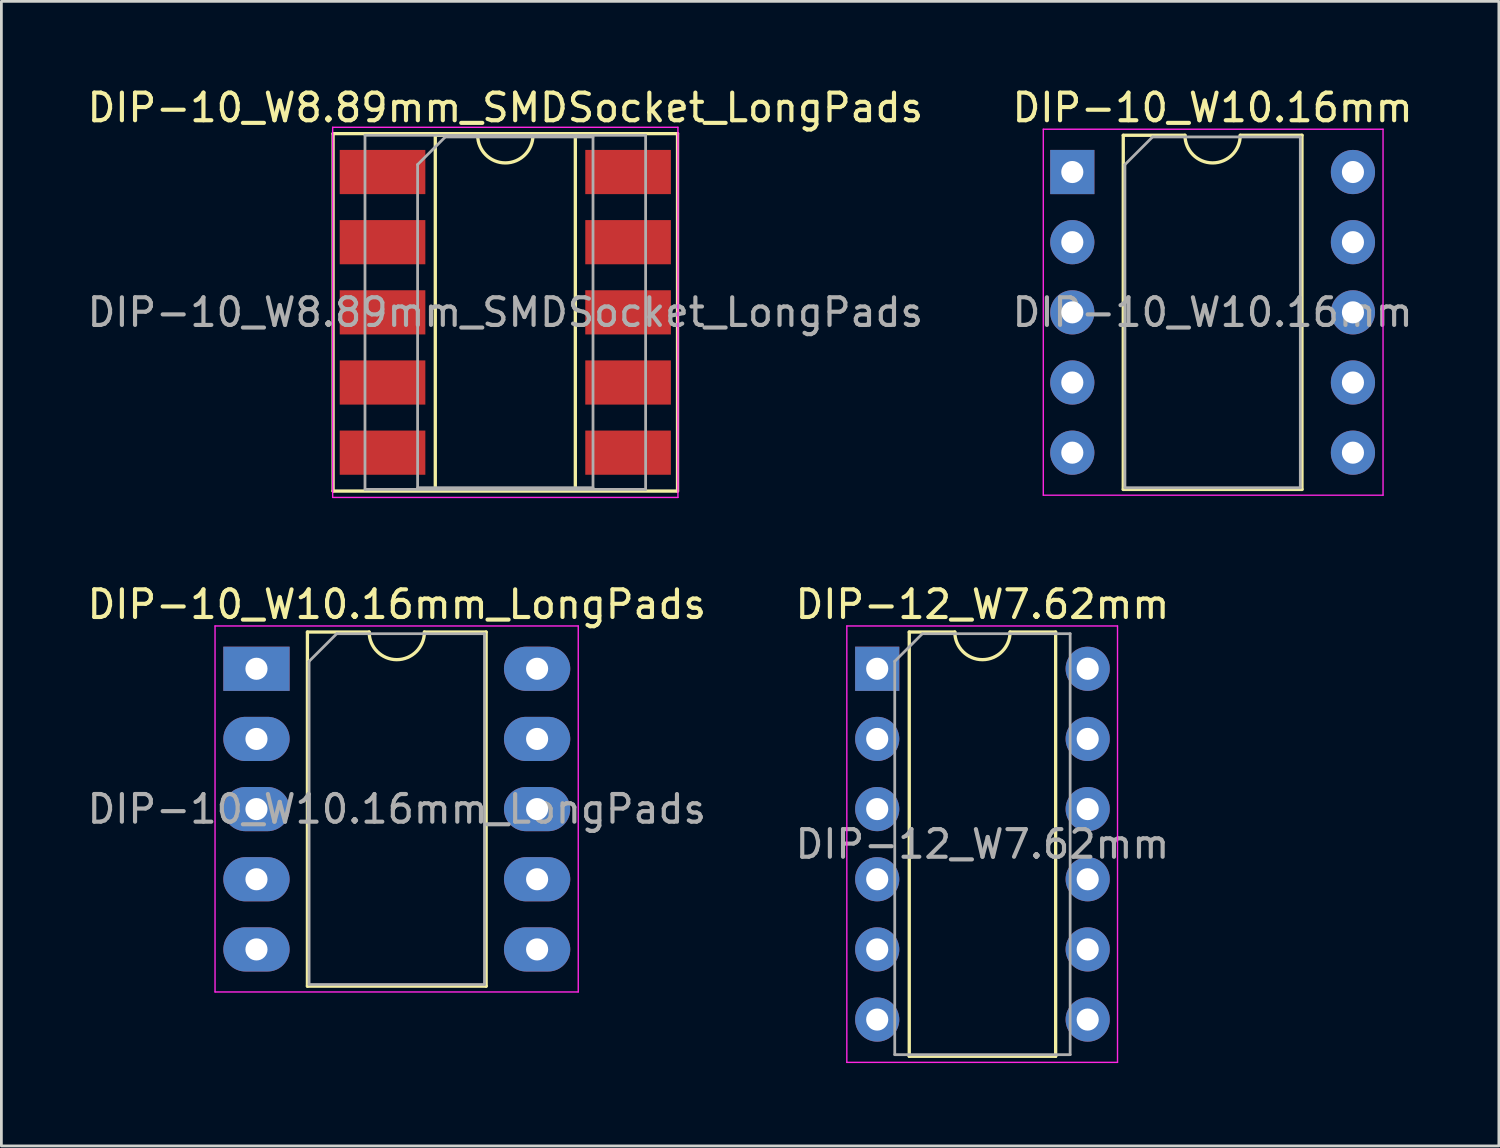
<source format=kicad_pcb>
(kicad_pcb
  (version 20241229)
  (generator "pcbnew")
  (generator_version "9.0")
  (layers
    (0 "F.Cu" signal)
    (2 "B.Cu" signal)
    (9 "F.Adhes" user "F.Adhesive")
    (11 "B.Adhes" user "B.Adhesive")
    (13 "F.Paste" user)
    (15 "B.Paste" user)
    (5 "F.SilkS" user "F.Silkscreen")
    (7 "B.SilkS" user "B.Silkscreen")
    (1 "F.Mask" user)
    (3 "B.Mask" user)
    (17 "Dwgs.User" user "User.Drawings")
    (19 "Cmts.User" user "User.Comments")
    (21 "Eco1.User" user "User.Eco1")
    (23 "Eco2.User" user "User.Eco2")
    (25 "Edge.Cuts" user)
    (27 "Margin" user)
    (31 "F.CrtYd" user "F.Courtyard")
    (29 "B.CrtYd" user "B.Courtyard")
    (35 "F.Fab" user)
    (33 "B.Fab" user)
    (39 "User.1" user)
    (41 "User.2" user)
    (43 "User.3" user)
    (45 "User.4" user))
  (footprint "DIP-10_W10.16mm_LongPads"
    (layer "F.Cu")
    (at 6.235 21.162)
    (property "Reference" "DIP-10_W10.16mm_LongPads" (at 5.08 -2.33 0) (layer "F.SilkS") (effects (font (size 1 1) (thickness 0.15))))
    (attr through_hole)
    (fp_line (start 1.845 -1.33) (end 1.845 11.49) (stroke (width 0.12) (type solid)) (layer "F.SilkS"))
    (fp_line (start 1.845 11.49) (end 8.315 11.49) (stroke (width 0.12) (type solid)) (layer "F.SilkS"))
    (fp_line (start 4.08 -1.33) (end 1.845 -1.33) (stroke (width 0.12) (type solid)) (layer "F.SilkS"))
    (fp_line (start 8.315 -1.33) (end 6.08 -1.33) (stroke (width 0.12) (type solid)) (layer "F.SilkS"))
    (fp_line (start 8.315 11.49) (end 8.315 -1.33) (stroke (width 0.12) (type solid)) (layer "F.SilkS"))
    (fp_arc (start 6.08 -1.33) (mid 5.08 -0.33) (end 4.08 -1.33) (stroke (width 0.12) (type solid)) (layer "F.SilkS"))
    (fp_line (start -1.5 -1.55) (end -1.5 11.7) (stroke (width 0.05) (type solid)) (layer "F.CrtYd"))
    (fp_line (start -1.5 11.7) (end 11.65 11.7) (stroke (width 0.05) (type solid)) (layer "F.CrtYd"))
    (fp_line (start 11.65 -1.55) (end -1.5 -1.55) (stroke (width 0.05) (type solid)) (layer "F.CrtYd"))
    (fp_line (start 11.65 11.7) (end 11.65 -1.55) (stroke (width 0.05) (type solid)) (layer "F.CrtYd"))
    (fp_line (start 1.905 -0.27) (end 2.905 -1.27) (stroke (width 0.1) (type solid)) (layer "F.Fab"))
    (fp_line (start 1.905 11.43) (end 1.905 -0.27) (stroke (width 0.1) (type solid)) (layer "F.Fab"))
    (fp_line (start 2.905 -1.27) (end 8.255 -1.27) (stroke (width 0.1) (type solid)) (layer "F.Fab"))
    (fp_line (start 8.255 -1.27) (end 8.255 11.43) (stroke (width 0.1) (type solid)) (layer "F.Fab"))
    (fp_line (start 8.255 11.43) (end 1.905 11.43) (stroke (width 0.1) (type solid)) (layer "F.Fab"))
    (fp_text user "${REFERENCE}" (at 5.08 5.08 0) (layer "F.Fab") (effects (font (size 1 1) (thickness 0.15))))
    (pad "1" thru_hole rect (at 0 0) (size 2.4 1.6) (drill 0.8) (layers "*.Cu" "*.Mask"))
    (pad "2" thru_hole oval (at 0 2.54) (size 2.4 1.6) (drill 0.8) (layers "*.Cu" "*.Mask"))
    (pad "3" thru_hole oval (at 0 5.08) (size 2.4 1.6) (drill 0.8) (layers "*.Cu" "*.Mask"))
    (pad "4" thru_hole oval (at 0 7.62) (size 2.4 1.6) (drill 0.8) (layers "*.Cu" "*.Mask"))
    (pad "5" thru_hole oval (at 0 10.16) (size 2.4 1.6) (drill 0.8) (layers "*.Cu" "*.Mask"))
    (pad "6" thru_hole oval (at 10.16 10.16) (size 2.4 1.6) (drill 0.8) (layers "*.Cu" "*.Mask"))
    (pad "7" thru_hole oval (at 10.16 7.62) (size 2.4 1.6) (drill 0.8) (layers "*.Cu" "*.Mask"))
    (pad "8" thru_hole oval (at 10.16 5.08) (size 2.4 1.6) (drill 0.8) (layers "*.Cu" "*.Mask"))
    (pad "9" thru_hole oval (at 10.16 2.54) (size 2.4 1.6) (drill 0.8) (layers "*.Cu" "*.Mask"))
    (pad "10" thru_hole oval (at 10.16 0) (size 2.4 1.6) (drill 0.8) (layers "*.Cu" "*.Mask")))
  (footprint "DIP-10_W10.16mm"
    (layer "F.Cu")
    (at 35.771 3.178)
    (property "Reference" "DIP-10_W10.16mm" (at 5.08 -2.33 0) (layer "F.SilkS") (effects (font (size 1 1) (thickness 0.15))))
    (attr through_hole)
    (fp_line (start 1.845 -1.33) (end 1.845 11.49) (stroke (width 0.12) (type solid)) (layer "F.SilkS"))
    (fp_line (start 1.845 11.49) (end 8.315 11.49) (stroke (width 0.12) (type solid)) (layer "F.SilkS"))
    (fp_line (start 4.08 -1.33) (end 1.845 -1.33) (stroke (width 0.12) (type solid)) (layer "F.SilkS"))
    (fp_line (start 8.315 -1.33) (end 6.08 -1.33) (stroke (width 0.12) (type solid)) (layer "F.SilkS"))
    (fp_line (start 8.315 11.49) (end 8.315 -1.33) (stroke (width 0.12) (type solid)) (layer "F.SilkS"))
    (fp_arc (start 6.08 -1.33) (mid 5.08 -0.33) (end 4.08 -1.33) (stroke (width 0.12) (type solid)) (layer "F.SilkS"))
    (fp_line (start -1.05 -1.55) (end -1.05 11.7) (stroke (width 0.05) (type solid)) (layer "F.CrtYd"))
    (fp_line (start -1.05 11.7) (end 11.25 11.7) (stroke (width 0.05) (type solid)) (layer "F.CrtYd"))
    (fp_line (start 11.25 -1.55) (end -1.05 -1.55) (stroke (width 0.05) (type solid)) (layer "F.CrtYd"))
    (fp_line (start 11.25 11.7) (end 11.25 -1.55) (stroke (width 0.05) (type solid)) (layer "F.CrtYd"))
    (fp_line (start 1.905 -0.27) (end 2.905 -1.27) (stroke (width 0.1) (type solid)) (layer "F.Fab"))
    (fp_line (start 1.905 11.43) (end 1.905 -0.27) (stroke (width 0.1) (type solid)) (layer "F.Fab"))
    (fp_line (start 2.905 -1.27) (end 8.255 -1.27) (stroke (width 0.1) (type solid)) (layer "F.Fab"))
    (fp_line (start 8.255 -1.27) (end 8.255 11.43) (stroke (width 0.1) (type solid)) (layer "F.Fab"))
    (fp_line (start 8.255 11.43) (end 1.905 11.43) (stroke (width 0.1) (type solid)) (layer "F.Fab"))
    (fp_text user "${REFERENCE}" (at 5.08 5.08 0) (layer "F.Fab") (effects (font (size 1 1) (thickness 0.15))))
    (pad "1" thru_hole rect (at 0 0) (size 1.6 1.6) (drill 0.8) (layers "*.Cu" "*.Mask"))
    (pad "2" thru_hole oval (at 0 2.54) (size 1.6 1.6) (drill 0.8) (layers "*.Cu" "*.Mask"))
    (pad "3" thru_hole oval (at 0 5.08) (size 1.6 1.6) (drill 0.8) (layers "*.Cu" "*.Mask"))
    (pad "4" thru_hole oval (at 0 7.62) (size 1.6 1.6) (drill 0.8) (layers "*.Cu" "*.Mask"))
    (pad "5" thru_hole oval (at 0 10.16) (size 1.6 1.6) (drill 0.8) (layers "*.Cu" "*.Mask"))
    (pad "6" thru_hole oval (at 10.16 10.16) (size 1.6 1.6) (drill 0.8) (layers "*.Cu" "*.Mask"))
    (pad "7" thru_hole oval (at 10.16 7.62) (size 1.6 1.6) (drill 0.8) (layers "*.Cu" "*.Mask"))
    (pad "8" thru_hole oval (at 10.16 5.08) (size 1.6 1.6) (drill 0.8) (layers "*.Cu" "*.Mask"))
    (pad "9" thru_hole oval (at 10.16 2.54) (size 1.6 1.6) (drill 0.8) (layers "*.Cu" "*.Mask"))
    (pad "10" thru_hole oval (at 10.16 0) (size 1.6 1.6) (drill 0.8) (layers "*.Cu" "*.Mask")))
  (footprint "DIP-12_W7.62mm"
    (layer "F.Cu")
    (at 28.708 21.162)
    (property "Reference" "DIP-12_W7.62mm" (at 3.81 -2.33 0) (layer "F.SilkS") (effects (font (size 1 1) (thickness 0.15))))
    (attr through_hole)
    (fp_line (start 1.16 -1.33) (end 1.16 14.03) (stroke (width 0.12) (type solid)) (layer "F.SilkS"))
    (fp_line (start 1.16 14.03) (end 6.46 14.03) (stroke (width 0.12) (type solid)) (layer "F.SilkS"))
    (fp_line (start 2.81 -1.33) (end 1.16 -1.33) (stroke (width 0.12) (type solid)) (layer "F.SilkS"))
    (fp_line (start 6.46 -1.33) (end 4.81 -1.33) (stroke (width 0.12) (type solid)) (layer "F.SilkS"))
    (fp_line (start 6.46 14.03) (end 6.46 -1.33) (stroke (width 0.12) (type solid)) (layer "F.SilkS"))
    (fp_arc (start 4.81 -1.33) (mid 3.81 -0.33) (end 2.81 -1.33) (stroke (width 0.12) (type solid)) (layer "F.SilkS"))
    (fp_line (start -1.1 -1.55) (end -1.1 14.25) (stroke (width 0.05) (type solid)) (layer "F.CrtYd"))
    (fp_line (start -1.1 14.25) (end 8.7 14.25) (stroke (width 0.05) (type solid)) (layer "F.CrtYd"))
    (fp_line (start 8.7 -1.55) (end -1.1 -1.55) (stroke (width 0.05) (type solid)) (layer "F.CrtYd"))
    (fp_line (start 8.7 14.25) (end 8.7 -1.55) (stroke (width 0.05) (type solid)) (layer "F.CrtYd"))
    (fp_line (start 0.635 -0.27) (end 1.635 -1.27) (stroke (width 0.1) (type solid)) (layer "F.Fab"))
    (fp_line (start 0.635 13.97) (end 0.635 -0.27) (stroke (width 0.1) (type solid)) (layer "F.Fab"))
    (fp_line (start 1.635 -1.27) (end 6.985 -1.27) (stroke (width 0.1) (type solid)) (layer "F.Fab"))
    (fp_line (start 6.985 -1.27) (end 6.985 13.97) (stroke (width 0.1) (type solid)) (layer "F.Fab"))
    (fp_line (start 6.985 13.97) (end 0.635 13.97) (stroke (width 0.1) (type solid)) (layer "F.Fab"))
    (fp_text user "${REFERENCE}" (at 3.81 6.35 0) (layer "F.Fab") (effects (font (size 1 1) (thickness 0.15))))
    (pad "1" thru_hole rect (at 0 0) (size 1.6 1.6) (drill 0.8) (layers "*.Cu" "*.Mask"))
    (pad "2" thru_hole oval (at 0 2.54) (size 1.6 1.6) (drill 0.8) (layers "*.Cu" "*.Mask"))
    (pad "3" thru_hole oval (at 0 5.08) (size 1.6 1.6) (drill 0.8) (layers "*.Cu" "*.Mask"))
    (pad "4" thru_hole oval (at 0 7.62) (size 1.6 1.6) (drill 0.8) (layers "*.Cu" "*.Mask"))
    (pad "5" thru_hole oval (at 0 10.16) (size 1.6 1.6) (drill 0.8) (layers "*.Cu" "*.Mask"))
    (pad "6" thru_hole oval (at 0 12.7) (size 1.6 1.6) (drill 0.8) (layers "*.Cu" "*.Mask"))
    (pad "7" thru_hole oval (at 7.62 12.7) (size 1.6 1.6) (drill 0.8) (layers "*.Cu" "*.Mask"))
    (pad "8" thru_hole oval (at 7.62 10.16) (size 1.6 1.6) (drill 0.8) (layers "*.Cu" "*.Mask"))
    (pad "9" thru_hole oval (at 7.62 7.62) (size 1.6 1.6) (drill 0.8) (layers "*.Cu" "*.Mask"))
    (pad "10" thru_hole oval (at 7.62 5.08) (size 1.6 1.6) (drill 0.8) (layers "*.Cu" "*.Mask"))
    (pad "11" thru_hole oval (at 7.62 2.54) (size 1.6 1.6) (drill 0.8) (layers "*.Cu" "*.Mask"))
    (pad "12" thru_hole oval (at 7.62 0) (size 1.6 1.6) (drill 0.8) (layers "*.Cu" "*.Mask")))
  (footprint "DIP-10_W8.89mm_SMDSocket_LongPads"
    (layer "F.Cu")
    (at 15.244 8.258)
    (property "Reference" "DIP-10_W8.89mm_SMDSocket_LongPads" (at 0 -7.41 0) (layer "F.SilkS") (effects (font (size 1 1) (thickness 0.15))))
    (attr smd)
    (fp_line (start -6.235 -6.47) (end -6.235 6.47) (stroke (width 0.12) (type solid)) (layer "F.SilkS"))
    (fp_line (start -6.235 6.47) (end 6.235 6.47) (stroke (width 0.12) (type solid)) (layer "F.SilkS"))
    (fp_line (start -2.535 -6.41) (end -2.535 6.41) (stroke (width 0.12) (type solid)) (layer "F.SilkS"))
    (fp_line (start -2.535 6.41) (end 2.535 6.41) (stroke (width 0.12) (type solid)) (layer "F.SilkS"))
    (fp_line (start -1 -6.41) (end -2.535 -6.41) (stroke (width 0.12) (type solid)) (layer "F.SilkS"))
    (fp_line (start 2.535 -6.41) (end 1 -6.41) (stroke (width 0.12) (type solid)) (layer "F.SilkS"))
    (fp_line (start 2.535 6.41) (end 2.535 -6.41) (stroke (width 0.12) (type solid)) (layer "F.SilkS"))
    (fp_line (start 6.235 -6.47) (end -6.235 -6.47) (stroke (width 0.12) (type solid)) (layer "F.SilkS"))
    (fp_line (start 6.235 6.47) (end 6.235 -6.47) (stroke (width 0.12) (type solid)) (layer "F.SilkS"))
    (fp_arc (start 1 -6.41) (mid 0 -5.41) (end -1 -6.41) (stroke (width 0.12) (type solid)) (layer "F.SilkS"))
    (fp_line (start -6.25 -6.7) (end -6.25 6.7) (stroke (width 0.05) (type solid)) (layer "F.CrtYd"))
    (fp_line (start -6.25 6.7) (end 6.25 6.7) (stroke (width 0.05) (type solid)) (layer "F.CrtYd"))
    (fp_line (start 6.25 -6.7) (end -6.25 -6.7) (stroke (width 0.05) (type solid)) (layer "F.CrtYd"))
    (fp_line (start 6.25 6.7) (end 6.25 -6.7) (stroke (width 0.05) (type solid)) (layer "F.CrtYd"))
    (fp_line (start -5.08 -6.41) (end -5.08 6.41) (stroke (width 0.1) (type solid)) (layer "F.Fab"))
    (fp_line (start -5.08 6.41) (end 5.08 6.41) (stroke (width 0.1) (type solid)) (layer "F.Fab"))
    (fp_line (start -3.175 -5.35) (end -2.175 -6.35) (stroke (width 0.1) (type solid)) (layer "F.Fab"))
    (fp_line (start -3.175 6.35) (end -3.175 -5.35) (stroke (width 0.1) (type solid)) (layer "F.Fab"))
    (fp_line (start -2.175 -6.35) (end 3.175 -6.35) (stroke (width 0.1) (type solid)) (layer "F.Fab"))
    (fp_line (start 3.175 -6.35) (end 3.175 6.35) (stroke (width 0.1) (type solid)) (layer "F.Fab"))
    (fp_line (start 3.175 6.35) (end -3.175 6.35) (stroke (width 0.1) (type solid)) (layer "F.Fab"))
    (fp_line (start 5.08 -6.41) (end -5.08 -6.41) (stroke (width 0.1) (type solid)) (layer "F.Fab"))
    (fp_line (start 5.08 6.41) (end 5.08 -6.41) (stroke (width 0.1) (type solid)) (layer "F.Fab"))
    (fp_text user "${REFERENCE}" (at 0 0 0) (layer "F.Fab") (effects (font (size 1 1) (thickness 0.15))))
    (pad "1" smd rect (at -4.445 -5.08) (size 3.1 1.6) (layers "F.Cu" "F.Mask" "F.Paste"))
    (pad "2" smd rect (at -4.445 -2.54) (size 3.1 1.6) (layers "F.Cu" "F.Mask" "F.Paste"))
    (pad "3" smd rect (at -4.445 0) (size 3.1 1.6) (layers "F.Cu" "F.Mask" "F.Paste"))
    (pad "4" smd rect (at -4.445 2.54) (size 3.1 1.6) (layers "F.Cu" "F.Mask" "F.Paste"))
    (pad "5" smd rect (at -4.445 5.08) (size 3.1 1.6) (layers "F.Cu" "F.Mask" "F.Paste"))
    (pad "6" smd rect (at 4.445 5.08) (size 3.1 1.6) (layers "F.Cu" "F.Mask" "F.Paste"))
    (pad "7" smd rect (at 4.445 2.54) (size 3.1 1.6) (layers "F.Cu" "F.Mask" "F.Paste"))
    (pad "8" smd rect (at 4.445 0) (size 3.1 1.6) (layers "F.Cu" "F.Mask" "F.Paste"))
    (pad "9" smd rect (at 4.445 -2.54) (size 3.1 1.6) (layers "F.Cu" "F.Mask" "F.Paste"))
    (pad "10" smd rect (at 4.445 -5.08) (size 3.1 1.6) (layers "F.Cu" "F.Mask" "F.Paste")))
  (gr_rect
    (start -3 -3)
    (end 51.214 38.437)
    (stroke (width 0.1) (type default))
    (fill no)
    (layer "Edge.Cuts")))
</source>
